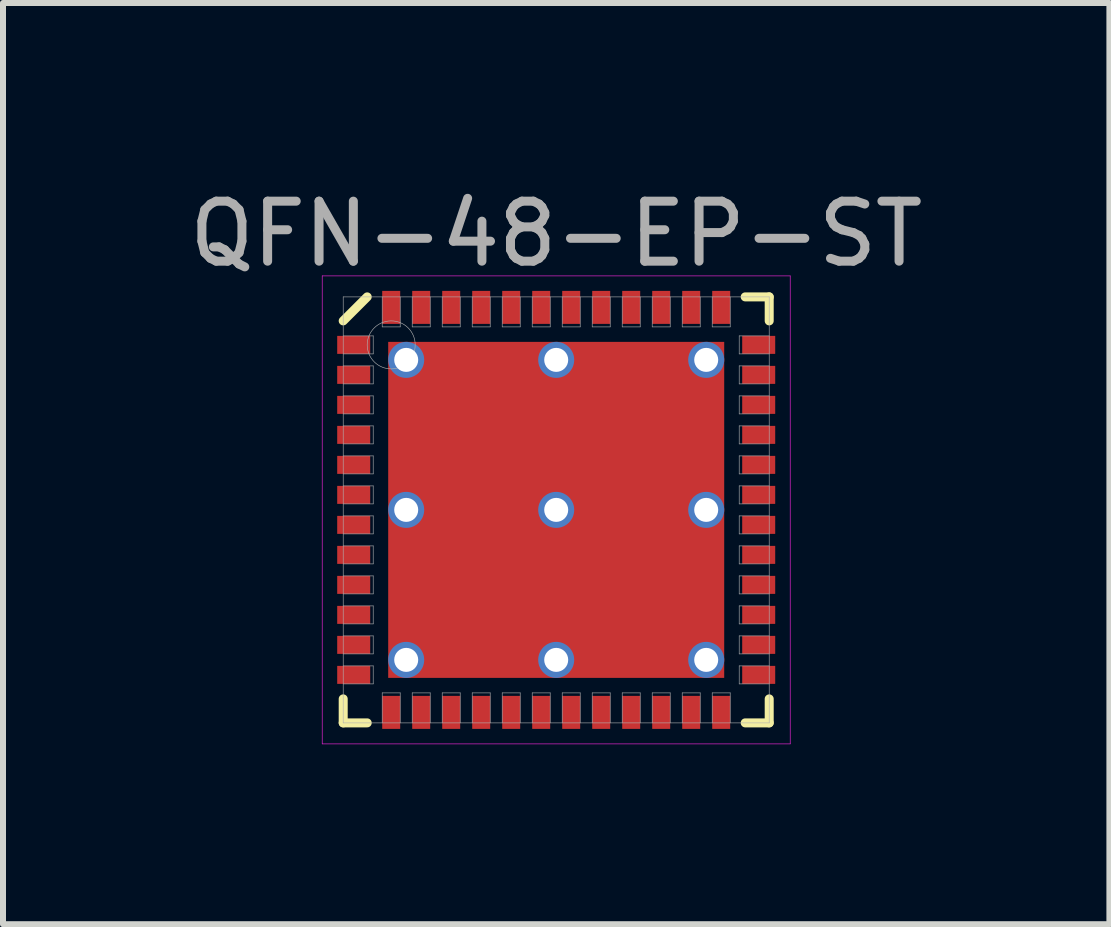
<source format=kicad_pcb>
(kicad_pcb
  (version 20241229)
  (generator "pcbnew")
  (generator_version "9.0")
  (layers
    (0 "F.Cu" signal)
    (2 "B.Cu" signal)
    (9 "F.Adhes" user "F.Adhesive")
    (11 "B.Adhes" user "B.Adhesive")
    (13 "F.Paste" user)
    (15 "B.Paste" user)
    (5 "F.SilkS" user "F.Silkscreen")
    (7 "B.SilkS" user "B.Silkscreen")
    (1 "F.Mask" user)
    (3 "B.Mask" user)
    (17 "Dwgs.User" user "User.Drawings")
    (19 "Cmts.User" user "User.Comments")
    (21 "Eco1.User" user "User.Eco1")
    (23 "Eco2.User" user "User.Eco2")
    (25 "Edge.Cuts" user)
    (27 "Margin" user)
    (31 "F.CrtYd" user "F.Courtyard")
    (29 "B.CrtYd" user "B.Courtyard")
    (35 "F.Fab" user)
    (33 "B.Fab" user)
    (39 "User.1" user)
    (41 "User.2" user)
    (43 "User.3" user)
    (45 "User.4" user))
  (footprint "QFN-48-EP-ST"
    (layer "F.Cu")
    (at 6.22 5.448)
    (property "Reference" "QFN-48-EP-ST" (at 0 -4.6 0) (layer "F.Fab") (effects (font (size 1 1) (thickness 0.15))))
    (attr through_hole)
    (fp_line (start -3.55 -3.15) (end -3.15 -3.55) (stroke (width 0.15) (type solid)) (layer "F.SilkS"))
    (fp_line (start -3.55 3.55) (end -3.55 3.15) (stroke (width 0.15) (type solid)) (layer "F.SilkS"))
    (fp_line (start -3.15 3.55) (end -3.55 3.55) (stroke (width 0.15) (type solid)) (layer "F.SilkS"))
    (fp_line (start 3.15 -3.55) (end 3.55 -3.55) (stroke (width 0.15) (type solid)) (layer "F.SilkS"))
    (fp_line (start 3.15 3.55) (end 3.55 3.55) (stroke (width 0.15) (type solid)) (layer "F.SilkS"))
    (fp_line (start 3.55 -3.55) (end 3.55 -3.15) (stroke (width 0.15) (type solid)) (layer "F.SilkS"))
    (fp_line (start 3.55 3.55) (end 3.55 3.15) (stroke (width 0.15) (type solid)) (layer "F.SilkS"))
    (fp_line (start -3.9 -3.9) (end 3.9 -3.9) (stroke (width 0.01) (type solid)) (layer "F.CrtYd"))
    (fp_line (start -3.9 3.9) (end -3.9 -3.9) (stroke (width 0.01) (type solid)) (layer "F.CrtYd"))
    (fp_line (start 3.9 -3.9) (end 3.9 3.9) (stroke (width 0.01) (type solid)) (layer "F.CrtYd"))
    (fp_line (start 3.9 3.9) (end -3.9 3.9) (stroke (width 0.01) (type solid)) (layer "F.CrtYd"))
    (fp_line (start -3.55 -3.55) (end 3.55 -3.55) (stroke (width 0.01) (type solid)) (layer "F.Fab"))
    (fp_line (start -3.55 -2.6) (end -3.05 -2.6) (stroke (width 0.01) (type solid)) (layer "F.Fab"))
    (fp_line (start -3.55 -2.1) (end -3.05 -2.1) (stroke (width 0.01) (type solid)) (layer "F.Fab"))
    (fp_line (start -3.55 -1.6) (end -3.05 -1.6) (stroke (width 0.01) (type solid)) (layer "F.Fab"))
    (fp_line (start -3.55 -1.1) (end -3.05 -1.1) (stroke (width 0.01) (type solid)) (layer "F.Fab"))
    (fp_line (start -3.55 -0.6) (end -3.05 -0.6) (stroke (width 0.01) (type solid)) (layer "F.Fab"))
    (fp_line (start -3.55 -0.1) (end -3.05 -0.1) (stroke (width 0.01) (type solid)) (layer "F.Fab"))
    (fp_line (start -3.55 0.4) (end -3.05 0.4) (stroke (width 0.01) (type solid)) (layer "F.Fab"))
    (fp_line (start -3.55 0.9) (end -3.05 0.9) (stroke (width 0.01) (type solid)) (layer "F.Fab"))
    (fp_line (start -3.55 1.4) (end -3.05 1.4) (stroke (width 0.01) (type solid)) (layer "F.Fab"))
    (fp_line (start -3.55 1.9) (end -3.05 1.9) (stroke (width 0.01) (type solid)) (layer "F.Fab"))
    (fp_line (start -3.55 2.4) (end -3.05 2.4) (stroke (width 0.01) (type solid)) (layer "F.Fab"))
    (fp_line (start -3.55 2.9) (end -3.05 2.9) (stroke (width 0.01) (type solid)) (layer "F.Fab"))
    (fp_line (start -3.55 3.55) (end -3.55 -3.55) (stroke (width 0.01) (type solid)) (layer "F.Fab"))
    (fp_line (start -3.05 -2.9) (end -3.55 -2.9) (stroke (width 0.01) (type solid)) (layer "F.Fab"))
    (fp_line (start -3.05 -2.6) (end -3.05 -2.9) (stroke (width 0.01) (type solid)) (layer "F.Fab"))
    (fp_line (start -3.05 -2.4) (end -3.55 -2.4) (stroke (width 0.01) (type solid)) (layer "F.Fab"))
    (fp_line (start -3.05 -2.1) (end -3.05 -2.4) (stroke (width 0.01) (type solid)) (layer "F.Fab"))
    (fp_line (start -3.05 -1.9) (end -3.55 -1.9) (stroke (width 0.01) (type solid)) (layer "F.Fab"))
    (fp_line (start -3.05 -1.6) (end -3.05 -1.9) (stroke (width 0.01) (type solid)) (layer "F.Fab"))
    (fp_line (start -3.05 -1.4) (end -3.55 -1.4) (stroke (width 0.01) (type solid)) (layer "F.Fab"))
    (fp_line (start -3.05 -1.1) (end -3.05 -1.4) (stroke (width 0.01) (type solid)) (layer "F.Fab"))
    (fp_line (start -3.05 -0.9) (end -3.55 -0.9) (stroke (width 0.01) (type solid)) (layer "F.Fab"))
    (fp_line (start -3.05 -0.6) (end -3.05 -0.9) (stroke (width 0.01) (type solid)) (layer "F.Fab"))
    (fp_line (start -3.05 -0.4) (end -3.55 -0.4) (stroke (width 0.01) (type solid)) (layer "F.Fab"))
    (fp_line (start -3.05 -0.1) (end -3.05 -0.4) (stroke (width 0.01) (type solid)) (layer "F.Fab"))
    (fp_line (start -3.05 0.1) (end -3.55 0.1) (stroke (width 0.01) (type solid)) (layer "F.Fab"))
    (fp_line (start -3.05 0.4) (end -3.05 0.1) (stroke (width 0.01) (type solid)) (layer "F.Fab"))
    (fp_line (start -3.05 0.6) (end -3.55 0.6) (stroke (width 0.01) (type solid)) (layer "F.Fab"))
    (fp_line (start -3.05 0.9) (end -3.05 0.6) (stroke (width 0.01) (type solid)) (layer "F.Fab"))
    (fp_line (start -3.05 1.1) (end -3.55 1.1) (stroke (width 0.01) (type solid)) (layer "F.Fab"))
    (fp_line (start -3.05 1.4) (end -3.05 1.1) (stroke (width 0.01) (type solid)) (layer "F.Fab"))
    (fp_line (start -3.05 1.6) (end -3.55 1.6) (stroke (width 0.01) (type solid)) (layer "F.Fab"))
    (fp_line (start -3.05 1.9) (end -3.05 1.6) (stroke (width 0.01) (type solid)) (layer "F.Fab"))
    (fp_line (start -3.05 2.1) (end -3.55 2.1) (stroke (width 0.01) (type solid)) (layer "F.Fab"))
    (fp_line (start -3.05 2.4) (end -3.05 2.1) (stroke (width 0.01) (type solid)) (layer "F.Fab"))
    (fp_line (start -3.05 2.6) (end -3.55 2.6) (stroke (width 0.01) (type solid)) (layer "F.Fab"))
    (fp_line (start -3.05 2.9) (end -3.05 2.6) (stroke (width 0.01) (type solid)) (layer "F.Fab"))
    (fp_line (start -2.9 -3.55) (end -2.9 -3.05) (stroke (width 0.01) (type solid)) (layer "F.Fab"))
    (fp_line (start -2.9 -3.05) (end -2.6 -3.05) (stroke (width 0.01) (type solid)) (layer "F.Fab"))
    (fp_line (start -2.9 3.05) (end -2.9 3.55) (stroke (width 0.01) (type solid)) (layer "F.Fab"))
    (fp_line (start -2.6 -3.05) (end -2.6 -3.55) (stroke (width 0.01) (type solid)) (layer "F.Fab"))
    (fp_line (start -2.6 3.05) (end -2.9 3.05) (stroke (width 0.01) (type solid)) (layer "F.Fab"))
    (fp_line (start -2.6 3.55) (end -2.6 3.05) (stroke (width 0.01) (type solid)) (layer "F.Fab"))
    (fp_line (start -2.4 -3.55) (end -2.4 -3.05) (stroke (width 0.01) (type solid)) (layer "F.Fab"))
    (fp_line (start -2.4 -3.05) (end -2.1 -3.05) (stroke (width 0.01) (type solid)) (layer "F.Fab"))
    (fp_line (start -2.4 3.05) (end -2.4 3.55) (stroke (width 0.01) (type solid)) (layer "F.Fab"))
    (fp_line (start -2.1 -3.05) (end -2.1 -3.55) (stroke (width 0.01) (type solid)) (layer "F.Fab"))
    (fp_line (start -2.1 3.05) (end -2.4 3.05) (stroke (width 0.01) (type solid)) (layer "F.Fab"))
    (fp_line (start -2.1 3.55) (end -2.1 3.05) (stroke (width 0.01) (type solid)) (layer "F.Fab"))
    (fp_line (start -1.9 -3.55) (end -1.9 -3.05) (stroke (width 0.01) (type solid)) (layer "F.Fab"))
    (fp_line (start -1.9 -3.05) (end -1.6 -3.05) (stroke (width 0.01) (type solid)) (layer "F.Fab"))
    (fp_line (start -1.9 3.05) (end -1.9 3.55) (stroke (width 0.01) (type solid)) (layer "F.Fab"))
    (fp_line (start -1.6 -3.05) (end -1.6 -3.55) (stroke (width 0.01) (type solid)) (layer "F.Fab"))
    (fp_line (start -1.6 3.05) (end -1.9 3.05) (stroke (width 0.01) (type solid)) (layer "F.Fab"))
    (fp_line (start -1.6 3.55) (end -1.6 3.05) (stroke (width 0.01) (type solid)) (layer "F.Fab"))
    (fp_line (start -1.4 -3.55) (end -1.4 -3.05) (stroke (width 0.01) (type solid)) (layer "F.Fab"))
    (fp_line (start -1.4 -3.05) (end -1.1 -3.05) (stroke (width 0.01) (type solid)) (layer "F.Fab"))
    (fp_line (start -1.4 3.05) (end -1.4 3.55) (stroke (width 0.01) (type solid)) (layer "F.Fab"))
    (fp_line (start -1.1 -3.05) (end -1.1 -3.55) (stroke (width 0.01) (type solid)) (layer "F.Fab"))
    (fp_line (start -1.1 3.05) (end -1.4 3.05) (stroke (width 0.01) (type solid)) (layer "F.Fab"))
    (fp_line (start -1.1 3.55) (end -1.1 3.05) (stroke (width 0.01) (type solid)) (layer "F.Fab"))
    (fp_line (start -0.9 -3.55) (end -0.9 -3.05) (stroke (width 0.01) (type solid)) (layer "F.Fab"))
    (fp_line (start -0.9 -3.05) (end -0.6 -3.05) (stroke (width 0.01) (type solid)) (layer "F.Fab"))
    (fp_line (start -0.9 3.05) (end -0.9 3.55) (stroke (width 0.01) (type solid)) (layer "F.Fab"))
    (fp_line (start -0.6 -3.05) (end -0.6 -3.55) (stroke (width 0.01) (type solid)) (layer "F.Fab"))
    (fp_line (start -0.6 3.05) (end -0.9 3.05) (stroke (width 0.01) (type solid)) (layer "F.Fab"))
    (fp_line (start -0.6 3.55) (end -0.6 3.05) (stroke (width 0.01) (type solid)) (layer "F.Fab"))
    (fp_line (start -0.4 -3.55) (end -0.4 -3.05) (stroke (width 0.01) (type solid)) (layer "F.Fab"))
    (fp_line (start -0.4 -3.05) (end -0.1 -3.05) (stroke (width 0.01) (type solid)) (layer "F.Fab"))
    (fp_line (start -0.4 3.05) (end -0.4 3.55) (stroke (width 0.01) (type solid)) (layer "F.Fab"))
    (fp_line (start -0.1 -3.05) (end -0.1 -3.55) (stroke (width 0.01) (type solid)) (layer "F.Fab"))
    (fp_line (start -0.1 3.05) (end -0.4 3.05) (stroke (width 0.01) (type solid)) (layer "F.Fab"))
    (fp_line (start -0.1 3.55) (end -0.1 3.05) (stroke (width 0.01) (type solid)) (layer "F.Fab"))
    (fp_line (start 0.1 -3.55) (end 0.1 -3.05) (stroke (width 0.01) (type solid)) (layer "F.Fab"))
    (fp_line (start 0.1 -3.05) (end 0.4 -3.05) (stroke (width 0.01) (type solid)) (layer "F.Fab"))
    (fp_line (start 0.1 3.05) (end 0.1 3.55) (stroke (width 0.01) (type solid)) (layer "F.Fab"))
    (fp_line (start 0.4 -3.05) (end 0.4 -3.55) (stroke (width 0.01) (type solid)) (layer "F.Fab"))
    (fp_line (start 0.4 3.05) (end 0.1 3.05) (stroke (width 0.01) (type solid)) (layer "F.Fab"))
    (fp_line (start 0.4 3.55) (end 0.4 3.05) (stroke (width 0.01) (type solid)) (layer "F.Fab"))
    (fp_line (start 0.6 -3.55) (end 0.6 -3.05) (stroke (width 0.01) (type solid)) (layer "F.Fab"))
    (fp_line (start 0.6 -3.05) (end 0.9 -3.05) (stroke (width 0.01) (type solid)) (layer "F.Fab"))
    (fp_line (start 0.6 3.05) (end 0.6 3.55) (stroke (width 0.01) (type solid)) (layer "F.Fab"))
    (fp_line (start 0.9 -3.05) (end 0.9 -3.55) (stroke (width 0.01) (type solid)) (layer "F.Fab"))
    (fp_line (start 0.9 3.05) (end 0.6 3.05) (stroke (width 0.01) (type solid)) (layer "F.Fab"))
    (fp_line (start 0.9 3.55) (end 0.9 3.05) (stroke (width 0.01) (type solid)) (layer "F.Fab"))
    (fp_line (start 1.1 -3.55) (end 1.1 -3.05) (stroke (width 0.01) (type solid)) (layer "F.Fab"))
    (fp_line (start 1.1 -3.05) (end 1.4 -3.05) (stroke (width 0.01) (type solid)) (layer "F.Fab"))
    (fp_line (start 1.1 3.05) (end 1.1 3.55) (stroke (width 0.01) (type solid)) (layer "F.Fab"))
    (fp_line (start 1.4 -3.05) (end 1.4 -3.55) (stroke (width 0.01) (type solid)) (layer "F.Fab"))
    (fp_line (start 1.4 3.05) (end 1.1 3.05) (stroke (width 0.01) (type solid)) (layer "F.Fab"))
    (fp_line (start 1.4 3.55) (end 1.4 3.05) (stroke (width 0.01) (type solid)) (layer "F.Fab"))
    (fp_line (start 1.6 -3.55) (end 1.6 -3.05) (stroke (width 0.01) (type solid)) (layer "F.Fab"))
    (fp_line (start 1.6 -3.05) (end 1.9 -3.05) (stroke (width 0.01) (type solid)) (layer "F.Fab"))
    (fp_line (start 1.6 3.05) (end 1.6 3.55) (stroke (width 0.01) (type solid)) (layer "F.Fab"))
    (fp_line (start 1.9 -3.05) (end 1.9 -3.55) (stroke (width 0.01) (type solid)) (layer "F.Fab"))
    (fp_line (start 1.9 3.05) (end 1.6 3.05) (stroke (width 0.01) (type solid)) (layer "F.Fab"))
    (fp_line (start 1.9 3.55) (end 1.9 3.05) (stroke (width 0.01) (type solid)) (layer "F.Fab"))
    (fp_line (start 2.1 -3.55) (end 2.1 -3.05) (stroke (width 0.01) (type solid)) (layer "F.Fab"))
    (fp_line (start 2.1 -3.05) (end 2.4 -3.05) (stroke (width 0.01) (type solid)) (layer "F.Fab"))
    (fp_line (start 2.1 3.05) (end 2.1 3.55) (stroke (width 0.01) (type solid)) (layer "F.Fab"))
    (fp_line (start 2.4 -3.05) (end 2.4 -3.55) (stroke (width 0.01) (type solid)) (layer "F.Fab"))
    (fp_line (start 2.4 3.05) (end 2.1 3.05) (stroke (width 0.01) (type solid)) (layer "F.Fab"))
    (fp_line (start 2.4 3.55) (end 2.4 3.05) (stroke (width 0.01) (type solid)) (layer "F.Fab"))
    (fp_line (start 2.6 -3.55) (end 2.6 -3.05) (stroke (width 0.01) (type solid)) (layer "F.Fab"))
    (fp_line (start 2.6 -3.05) (end 2.9 -3.05) (stroke (width 0.01) (type solid)) (layer "F.Fab"))
    (fp_line (start 2.6 3.05) (end 2.6 3.55) (stroke (width 0.01) (type solid)) (layer "F.Fab"))
    (fp_line (start 2.9 -3.05) (end 2.9 -3.55) (stroke (width 0.01) (type solid)) (layer "F.Fab"))
    (fp_line (start 2.9 3.05) (end 2.6 3.05) (stroke (width 0.01) (type solid)) (layer "F.Fab"))
    (fp_line (start 2.9 3.55) (end 2.9 3.05) (stroke (width 0.01) (type solid)) (layer "F.Fab"))
    (fp_line (start 3.05 -2.9) (end 3.05 -2.6) (stroke (width 0.01) (type solid)) (layer "F.Fab"))
    (fp_line (start 3.05 -2.6) (end 3.55 -2.6) (stroke (width 0.01) (type solid)) (layer "F.Fab"))
    (fp_line (start 3.05 -2.4) (end 3.05 -2.1) (stroke (width 0.01) (type solid)) (layer "F.Fab"))
    (fp_line (start 3.05 -2.1) (end 3.55 -2.1) (stroke (width 0.01) (type solid)) (layer "F.Fab"))
    (fp_line (start 3.05 -1.9) (end 3.05 -1.6) (stroke (width 0.01) (type solid)) (layer "F.Fab"))
    (fp_line (start 3.05 -1.6) (end 3.55 -1.6) (stroke (width 0.01) (type solid)) (layer "F.Fab"))
    (fp_line (start 3.05 -1.4) (end 3.05 -1.1) (stroke (width 0.01) (type solid)) (layer "F.Fab"))
    (fp_line (start 3.05 -1.1) (end 3.55 -1.1) (stroke (width 0.01) (type solid)) (layer "F.Fab"))
    (fp_line (start 3.05 -0.9) (end 3.05 -0.6) (stroke (width 0.01) (type solid)) (layer "F.Fab"))
    (fp_line (start 3.05 -0.6) (end 3.55 -0.6) (stroke (width 0.01) (type solid)) (layer "F.Fab"))
    (fp_line (start 3.05 -0.4) (end 3.05 -0.1) (stroke (width 0.01) (type solid)) (layer "F.Fab"))
    (fp_line (start 3.05 -0.1) (end 3.55 -0.1) (stroke (width 0.01) (type solid)) (layer "F.Fab"))
    (fp_line (start 3.05 0.1) (end 3.05 0.4) (stroke (width 0.01) (type solid)) (layer "F.Fab"))
    (fp_line (start 3.05 0.4) (end 3.55 0.4) (stroke (width 0.01) (type solid)) (layer "F.Fab"))
    (fp_line (start 3.05 0.6) (end 3.05 0.9) (stroke (width 0.01) (type solid)) (layer "F.Fab"))
    (fp_line (start 3.05 0.9) (end 3.55 0.9) (stroke (width 0.01) (type solid)) (layer "F.Fab"))
    (fp_line (start 3.05 1.1) (end 3.05 1.4) (stroke (width 0.01) (type solid)) (layer "F.Fab"))
    (fp_line (start 3.05 1.4) (end 3.55 1.4) (stroke (width 0.01) (type solid)) (layer "F.Fab"))
    (fp_line (start 3.05 1.6) (end 3.05 1.9) (stroke (width 0.01) (type solid)) (layer "F.Fab"))
    (fp_line (start 3.05 1.9) (end 3.55 1.9) (stroke (width 0.01) (type solid)) (layer "F.Fab"))
    (fp_line (start 3.05 2.1) (end 3.05 2.4) (stroke (width 0.01) (type solid)) (layer "F.Fab"))
    (fp_line (start 3.05 2.4) (end 3.55 2.4) (stroke (width 0.01) (type solid)) (layer "F.Fab"))
    (fp_line (start 3.05 2.6) (end 3.05 2.9) (stroke (width 0.01) (type solid)) (layer "F.Fab"))
    (fp_line (start 3.05 2.9) (end 3.55 2.9) (stroke (width 0.01) (type solid)) (layer "F.Fab"))
    (fp_line (start 3.55 -3.55) (end 3.55 3.55) (stroke (width 0.01) (type solid)) (layer "F.Fab"))
    (fp_line (start 3.55 -2.9) (end 3.05 -2.9) (stroke (width 0.01) (type solid)) (layer "F.Fab"))
    (fp_line (start 3.55 -2.4) (end 3.05 -2.4) (stroke (width 0.01) (type solid)) (layer "F.Fab"))
    (fp_line (start 3.55 -1.9) (end 3.05 -1.9) (stroke (width 0.01) (type solid)) (layer "F.Fab"))
    (fp_line (start 3.55 -1.4) (end 3.05 -1.4) (stroke (width 0.01) (type solid)) (layer "F.Fab"))
    (fp_line (start 3.55 -0.9) (end 3.05 -0.9) (stroke (width 0.01) (type solid)) (layer "F.Fab"))
    (fp_line (start 3.55 -0.4) (end 3.05 -0.4) (stroke (width 0.01) (type solid)) (layer "F.Fab"))
    (fp_line (start 3.55 0.1) (end 3.05 0.1) (stroke (width 0.01) (type solid)) (layer "F.Fab"))
    (fp_line (start 3.55 0.6) (end 3.05 0.6) (stroke (width 0.01) (type solid)) (layer "F.Fab"))
    (fp_line (start 3.55 1.1) (end 3.05 1.1) (stroke (width 0.01) (type solid)) (layer "F.Fab"))
    (fp_line (start 3.55 1.6) (end 3.05 1.6) (stroke (width 0.01) (type solid)) (layer "F.Fab"))
    (fp_line (start 3.55 2.1) (end 3.05 2.1) (stroke (width 0.01) (type solid)) (layer "F.Fab"))
    (fp_line (start 3.55 2.6) (end 3.05 2.6) (stroke (width 0.01) (type solid)) (layer "F.Fab"))
    (fp_line (start 3.55 3.55) (end -3.55 3.55) (stroke (width 0.01) (type solid)) (layer "F.Fab"))
    (fp_circle (center -2.75 -2.75) (end -2.75 -2.35) (stroke (width 0.01) (type solid)) (fill no) (layer "F.Fab"))
    (pad "" smd rect (at -1.25 -1.25) (size 1 1) (layers "F.Paste"))
    (pad "" smd rect (at -1.25 -1.25) (size 2 2) (layers "F.Mask"))
    (pad "" smd rect (at -1.25 1.25) (size 1 1) (layers "F.Paste"))
    (pad "" smd rect (at -1.25 1.25) (size 2 2) (layers "F.Mask"))
    (pad "" smd rect (at 1.25 -1.25) (size 1 1) (layers "F.Paste"))
    (pad "" smd rect (at 1.25 -1.25) (size 2 2) (layers "F.Mask"))
    (pad "" smd rect (at 1.25 1.25) (size 1 1) (layers "F.Paste"))
    (pad "" smd rect (at 1.25 1.25) (size 2 2) (layers "F.Mask"))
    (pad "1" smd rect (at -3.375 -2.75) (size 0.55 0.3) (layers "F.Cu" "F.Mask" "F.Paste"))
    (pad "2" smd rect (at -3.375 -2.25) (size 0.55 0.3) (layers "F.Cu" "F.Mask" "F.Paste"))
    (pad "3" smd rect (at -3.375 -1.75) (size 0.55 0.3) (layers "F.Cu" "F.Mask" "F.Paste"))
    (pad "4" smd rect (at -3.375 -1.25) (size 0.55 0.3) (layers "F.Cu" "F.Mask" "F.Paste"))
    (pad "5" smd rect (at -3.375 -0.75) (size 0.55 0.3) (layers "F.Cu" "F.Mask" "F.Paste"))
    (pad "6" smd rect (at -3.375 -0.25) (size 0.55 0.3) (layers "F.Cu" "F.Mask" "F.Paste"))
    (pad "7" smd rect (at -3.375 0.25) (size 0.55 0.3) (layers "F.Cu" "F.Mask" "F.Paste"))
    (pad "8" smd rect (at -3.375 0.75) (size 0.55 0.3) (layers "F.Cu" "F.Mask" "F.Paste"))
    (pad "9" smd rect (at -3.375 1.25) (size 0.55 0.3) (layers "F.Cu" "F.Mask" "F.Paste"))
    (pad "10" smd rect (at -3.375 1.75) (size 0.55 0.3) (layers "F.Cu" "F.Mask" "F.Paste"))
    (pad "11" smd rect (at -3.375 2.25) (size 0.55 0.3) (layers "F.Cu" "F.Mask" "F.Paste"))
    (pad "12" smd rect (at -3.375 2.75) (size 0.55 0.3) (layers "F.Cu" "F.Mask" "F.Paste"))
    (pad "13" smd rect (at -2.75 3.375) (size 0.3 0.55) (layers "F.Cu" "F.Mask" "F.Paste"))
    (pad "14" smd rect (at -2.25 3.375) (size 0.3 0.55) (layers "F.Cu" "F.Mask" "F.Paste"))
    (pad "15" smd rect (at -1.75 3.375) (size 0.3 0.55) (layers "F.Cu" "F.Mask" "F.Paste"))
    (pad "16" smd rect (at -1.25 3.375) (size 0.3 0.55) (layers "F.Cu" "F.Mask" "F.Paste"))
    (pad "17" smd rect (at -0.75 3.375) (size 0.3 0.55) (layers "F.Cu" "F.Mask" "F.Paste"))
    (pad "18" smd rect (at -0.25 3.375) (size 0.3 0.55) (layers "F.Cu" "F.Mask" "F.Paste"))
    (pad "19" smd rect (at 0.25 3.375) (size 0.3 0.55) (layers "F.Cu" "F.Mask" "F.Paste"))
    (pad "20" smd rect (at 0.75 3.375) (size 0.3 0.55) (layers "F.Cu" "F.Mask" "F.Paste"))
    (pad "21" smd rect (at 1.25 3.375) (size 0.3 0.55) (layers "F.Cu" "F.Mask" "F.Paste"))
    (pad "22" smd rect (at 1.75 3.375) (size 0.3 0.55) (layers "F.Cu" "F.Mask" "F.Paste"))
    (pad "23" smd rect (at 2.25 3.375) (size 0.3 0.55) (layers "F.Cu" "F.Mask" "F.Paste"))
    (pad "24" smd rect (at 2.75 3.375) (size 0.3 0.55) (layers "F.Cu" "F.Mask" "F.Paste"))
    (pad "25" smd rect (at 3.375 2.75) (size 0.55 0.3) (layers "F.Cu" "F.Mask" "F.Paste"))
    (pad "26" smd rect (at 3.375 2.25) (size 0.55 0.3) (layers "F.Cu" "F.Mask" "F.Paste"))
    (pad "27" smd rect (at 3.375 1.75) (size 0.55 0.3) (layers "F.Cu" "F.Mask" "F.Paste"))
    (pad "28" smd rect (at 3.375 1.25) (size 0.55 0.3) (layers "F.Cu" "F.Mask" "F.Paste"))
    (pad "29" smd rect (at 3.375 0.75) (size 0.55 0.3) (layers "F.Cu" "F.Mask" "F.Paste"))
    (pad "30" smd rect (at 3.375 0.25) (size 0.55 0.3) (layers "F.Cu" "F.Mask" "F.Paste"))
    (pad "31" smd rect (at 3.375 -0.25) (size 0.55 0.3) (layers "F.Cu" "F.Mask" "F.Paste"))
    (pad "32" smd rect (at 3.375 -0.75) (size 0.55 0.3) (layers "F.Cu" "F.Mask" "F.Paste"))
    (pad "33" smd rect (at 3.375 -1.25) (size 0.55 0.3) (layers "F.Cu" "F.Mask" "F.Paste"))
    (pad "34" smd rect (at 3.375 -1.75) (size 0.55 0.3) (layers "F.Cu" "F.Mask" "F.Paste"))
    (pad "35" smd rect (at 3.375 -2.25) (size 0.55 0.3) (layers "F.Cu" "F.Mask" "F.Paste"))
    (pad "36" smd rect (at 3.375 -2.75) (size 0.55 0.3) (layers "F.Cu" "F.Mask" "F.Paste"))
    (pad "37" smd rect (at 2.75 -3.375) (size 0.3 0.55) (layers "F.Cu" "F.Mask" "F.Paste"))
    (pad "38" smd rect (at 2.25 -3.375) (size 0.3 0.55) (layers "F.Cu" "F.Mask" "F.Paste"))
    (pad "39" smd rect (at 1.75 -3.375) (size 0.3 0.55) (layers "F.Cu" "F.Mask" "F.Paste"))
    (pad "40" smd rect (at 1.25 -3.375) (size 0.3 0.55) (layers "F.Cu" "F.Mask" "F.Paste"))
    (pad "41" smd rect (at 0.75 -3.375) (size 0.3 0.55) (layers "F.Cu" "F.Mask" "F.Paste"))
    (pad "42" smd rect (at 0.25 -3.375) (size 0.3 0.55) (layers "F.Cu" "F.Mask" "F.Paste"))
    (pad "43" smd rect (at -0.25 -3.375) (size 0.3 0.55) (layers "F.Cu" "F.Mask" "F.Paste"))
    (pad "44" smd rect (at -0.75 -3.375) (size 0.3 0.55) (layers "F.Cu" "F.Mask" "F.Paste"))
    (pad "45" smd rect (at -1.25 -3.375) (size 0.3 0.55) (layers "F.Cu" "F.Mask" "F.Paste"))
    (pad "46" smd rect (at -1.75 -3.375) (size 0.3 0.55) (layers "F.Cu" "F.Mask" "F.Paste"))
    (pad "47" smd rect (at -2.25 -3.375) (size 0.3 0.55) (layers "F.Cu" "F.Mask" "F.Paste"))
    (pad "48" smd rect (at -2.75 -3.375) (size 0.3 0.55) (layers "F.Cu" "F.Mask" "F.Paste"))
    (pad "EP" thru_hole circle (at -2.5 -2.5) (size 0.6 0.6) (drill 0.4) (layers "*.Cu"))
    (pad "EP" thru_hole circle (at -2.5 0) (size 0.6 0.6) (drill 0.4) (layers "*.Cu"))
    (pad "EP" thru_hole circle (at -2.5 2.5) (size 0.6 0.6) (drill 0.4) (layers "*.Cu"))
    (pad "EP" thru_hole circle (at 0 -2.5) (size 0.6 0.6) (drill 0.4) (layers "*.Cu"))
    (pad "EP" thru_hole circle (at 0 0) (size 0.6 0.6) (drill 0.4) (layers "*.Cu"))
    (pad "EP" smd rect (at 0 0) (size 5.6 5.6) (layers "F.Cu"))
    (pad "EP" thru_hole circle (at 0 2.5) (size 0.6 0.6) (drill 0.4) (layers "*.Cu"))
    (pad "EP" thru_hole circle (at 2.5 -2.5) (size 0.6 0.6) (drill 0.4) (layers "*.Cu"))
    (pad "EP" thru_hole circle (at 2.5 0) (size 0.6 0.6) (drill 0.4) (layers "*.Cu"))
    (pad "EP" thru_hole circle (at 2.5 2.5) (size 0.6 0.6) (drill 0.4) (layers "*.Cu")))
  (gr_rect
    (start -3 -3)
    (end 15.44 12.353)
    (stroke (width 0.1) (type default))
    (fill no)
    (layer "Edge.Cuts")))
</source>
